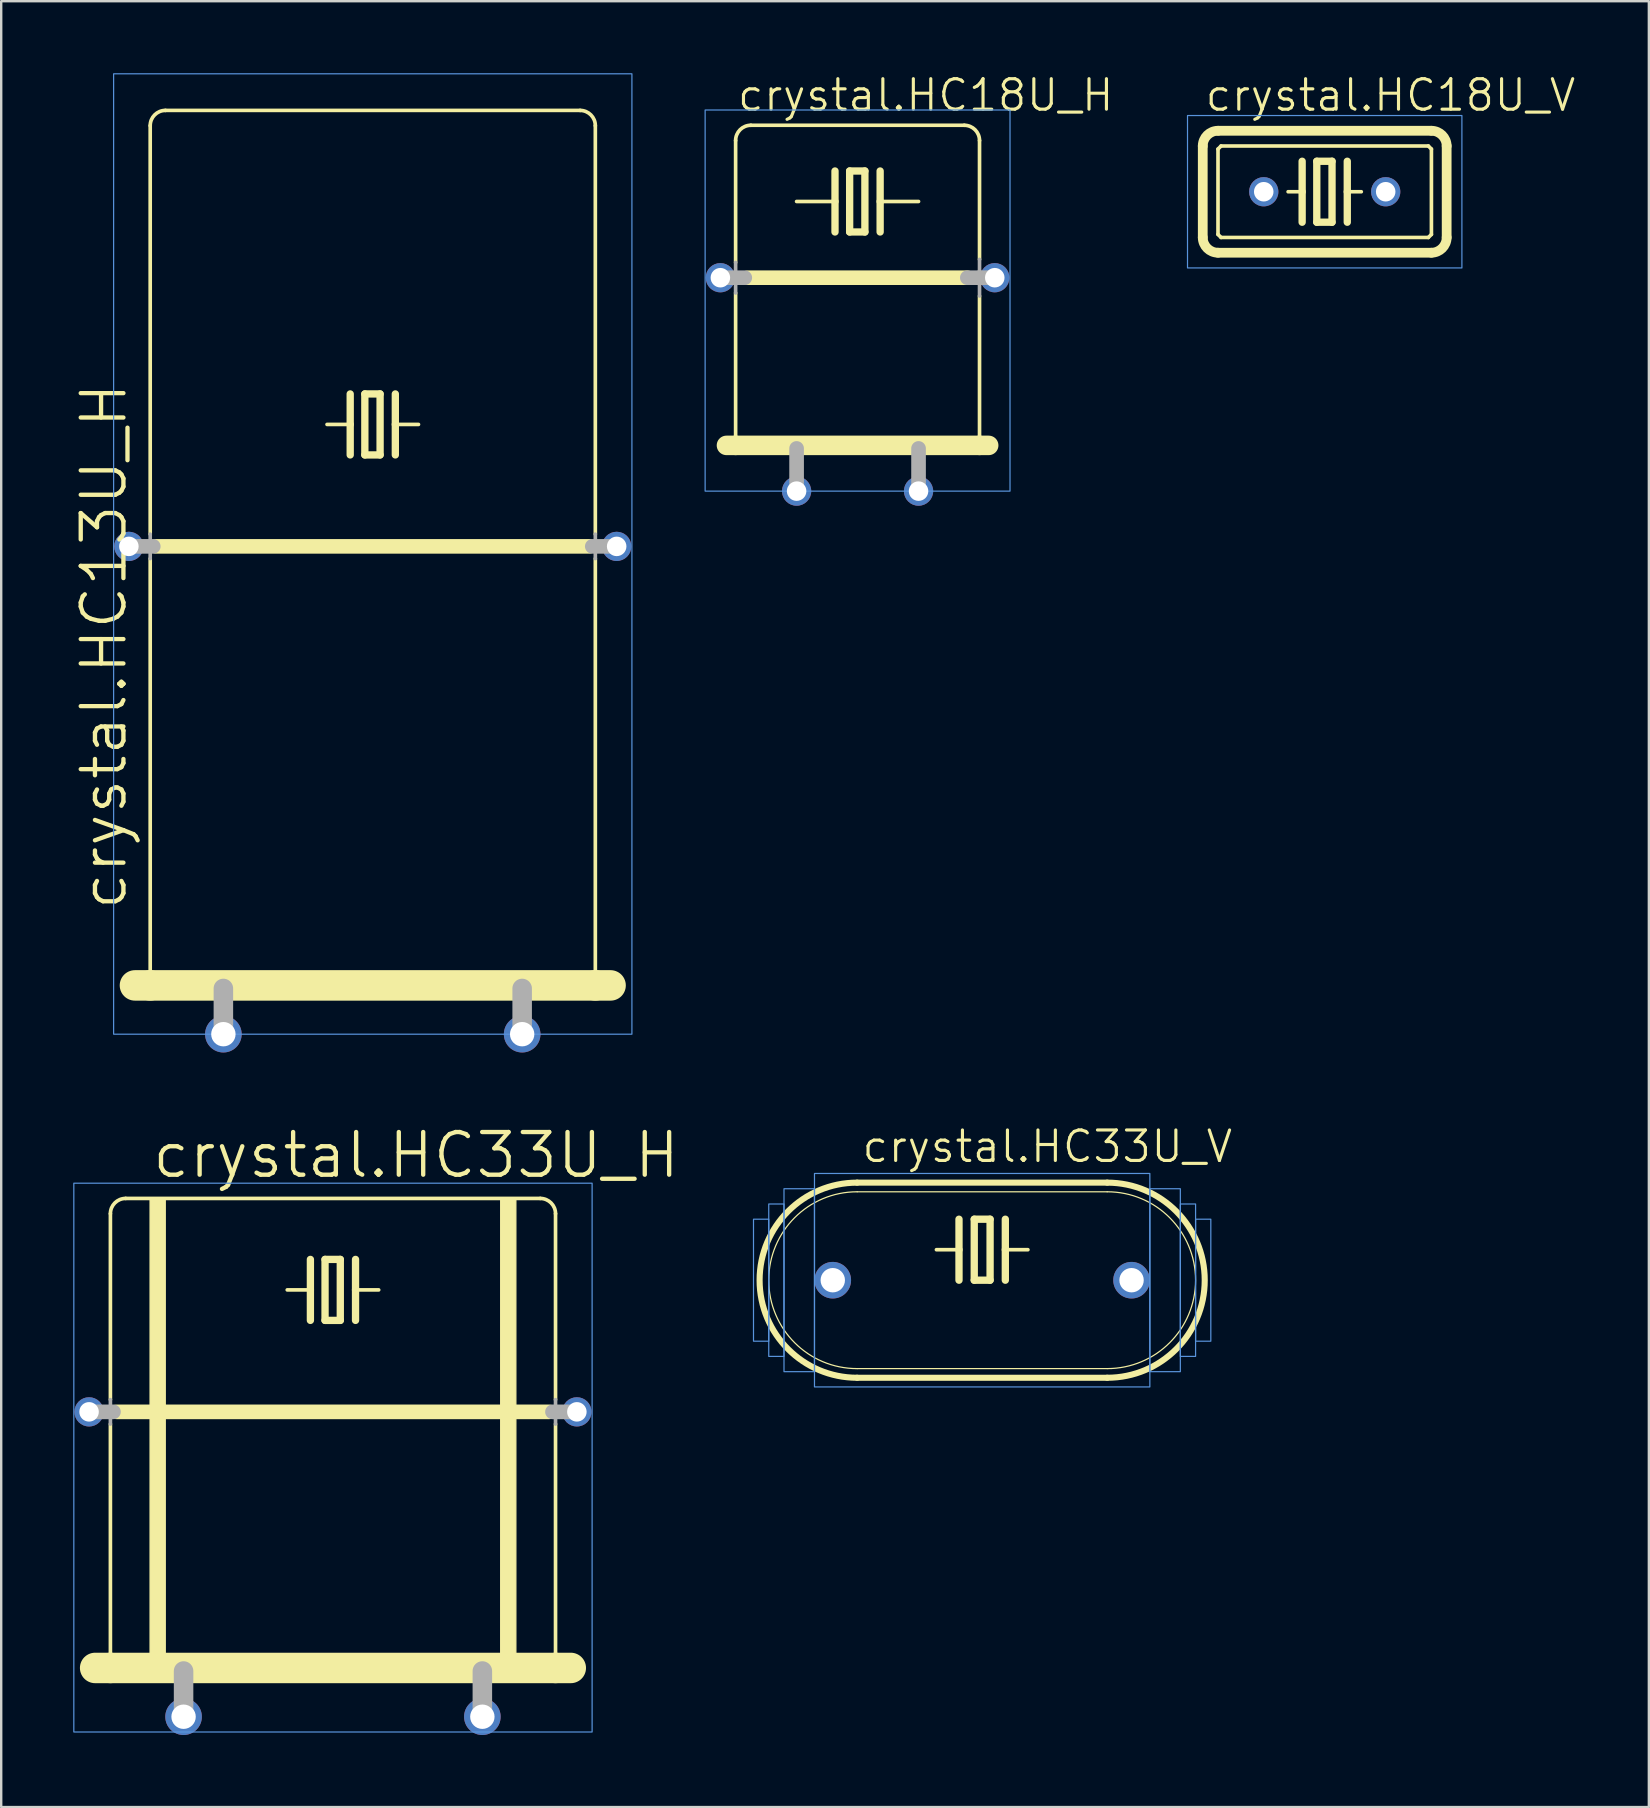
<source format=kicad_pcb>
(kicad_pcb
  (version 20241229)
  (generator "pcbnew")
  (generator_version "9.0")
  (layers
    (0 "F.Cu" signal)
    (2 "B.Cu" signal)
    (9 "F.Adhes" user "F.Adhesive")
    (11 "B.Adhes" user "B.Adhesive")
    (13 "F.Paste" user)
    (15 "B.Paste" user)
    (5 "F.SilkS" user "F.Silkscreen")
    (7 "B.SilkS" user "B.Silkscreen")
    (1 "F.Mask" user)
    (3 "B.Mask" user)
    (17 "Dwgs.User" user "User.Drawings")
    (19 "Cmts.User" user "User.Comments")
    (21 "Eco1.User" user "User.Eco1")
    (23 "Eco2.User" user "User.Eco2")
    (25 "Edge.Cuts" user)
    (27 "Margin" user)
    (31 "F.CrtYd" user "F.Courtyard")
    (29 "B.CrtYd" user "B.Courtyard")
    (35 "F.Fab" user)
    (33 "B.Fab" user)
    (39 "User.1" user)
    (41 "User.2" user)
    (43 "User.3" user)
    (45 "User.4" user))
  (footprint "crystal.HC33U_V"
    (layer "F.Cu")
    (at 37.863 50.278)
    (property "Reference" "crystal.HC33U_V" (at -5.08 -4.826 0) (layer "F.SilkS") (effects (font (size 1.27 1.27) (thickness 0.13)) (justify left bottom)))
    (attr through_hole)
    (fp_line (start -5.207 -4.064) (end 5.207 -4.064) (stroke (width 0.254) (type default)) (layer "F.SilkS"))
    (fp_line (start -5.207 -3.683) (end 5.207 -3.683) (stroke (width 0.051) (type default)) (layer "F.SilkS"))
    (fp_line (start -5.207 3.683) (end 5.207 3.683) (stroke (width 0.051) (type default)) (layer "F.SilkS"))
    (fp_line (start -5.207 4.064) (end 5.207 4.064) (stroke (width 0.254) (type default)) (layer "F.SilkS"))
    (fp_line (start -0.965 -2.54) (end -0.965 -1.27) (stroke (width 0.305) (type default)) (layer "F.SilkS"))
    (fp_line (start -0.965 -1.27) (end -1.905 -1.27) (stroke (width 0.152) (type default)) (layer "F.SilkS"))
    (fp_line (start -0.965 -1.27) (end -0.965 0) (stroke (width 0.305) (type default)) (layer "F.SilkS"))
    (fp_line (start -0.33 -2.54) (end -0.33 0) (stroke (width 0.305) (type default)) (layer "F.SilkS"))
    (fp_line (start -0.33 0) (end 0.33 0) (stroke (width 0.305) (type default)) (layer "F.SilkS"))
    (fp_line (start 0.33 -2.54) (end -0.33 -2.54) (stroke (width 0.305) (type default)) (layer "F.SilkS"))
    (fp_line (start 0.33 0) (end 0.33 -2.54) (stroke (width 0.305) (type default)) (layer "F.SilkS"))
    (fp_line (start 0.965 -2.54) (end 0.965 -1.27) (stroke (width 0.305) (type default)) (layer "F.SilkS"))
    (fp_line (start 0.965 -1.27) (end 0.965 0) (stroke (width 0.305) (type default)) (layer "F.SilkS"))
    (fp_line (start 0.965 -1.27) (end 1.905 -1.27) (stroke (width 0.152) (type default)) (layer "F.SilkS"))
    (fp_arc (start -5.207 3.683) (mid -8.89 0) (end -5.207 -3.683) (stroke (width 0.0508) (type default)) (layer "F.SilkS"))
    (fp_arc (start -5.207 4.064) (mid -9.271 0) (end -5.207 -4.064) (stroke (width 0.254) (type default)) (layer "F.SilkS"))
    (fp_arc (start 5.207 -4.064) (mid 9.271 0) (end 5.207 4.064) (stroke (width 0.254) (type default)) (layer "F.SilkS"))
    (fp_arc (start 5.207 -3.683) (mid 8.89 0) (end 5.207 3.683) (stroke (width 0.0508) (type default)) (layer "F.SilkS"))
    (fp_rect (start -9.525 2.54) (end -8.89 -2.54) (stroke (width 0.05) (type default)) (fill no) (layer "Cmts.User"))
    (fp_rect (start -8.89 3.175) (end -8.255 -3.175) (stroke (width 0.05) (type default)) (fill no) (layer "Cmts.User"))
    (fp_rect (start -8.255 3.81) (end -6.985 -3.81) (stroke (width 0.05) (type default)) (fill no) (layer "Cmts.User"))
    (fp_rect (start -6.985 4.445) (end 6.985 -4.445) (stroke (width 0.05) (type default)) (fill no) (layer "Cmts.User"))
    (fp_rect (start 6.985 3.81) (end 8.255 -3.81) (stroke (width 0.05) (type default)) (fill no) (layer "Cmts.User"))
    (fp_rect (start 8.255 3.175) (end 8.89 -3.175) (stroke (width 0.05) (type default)) (fill no) (layer "Cmts.User"))
    (fp_rect (start 8.89 2.54) (end 9.525 -2.54) (stroke (width 0.05) (type default)) (fill no) (layer "Cmts.User"))
    (pad "1" thru_hole circle (at -6.223 0) (size 1.524 1.524) (drill 1.016) (layers "*.Cu" "*.Mask"))
    (pad "2" thru_hole circle (at 6.223 0) (size 1.524 1.524) (drill 1.016) (layers "*.Cu" "*.Mask")))
  (footprint "crystal.HC18U_V"
    (layer "F.Cu")
    (at 52.132 4.937)
    (property "Reference" "crystal.HC18U_V" (at -5.055 -3.277 0) (layer "F.SilkS") (effects (font (size 1.27 1.27) (thickness 0.13)) (justify left bottom)))
    (attr through_hole)
    (fp_line (start -5.08 -1.905) (end -5.08 1.905) (stroke (width 0.406) (type default)) (layer "F.SilkS"))
    (fp_line (start -4.445 -2.54) (end 4.445 -2.54) (stroke (width 0.406) (type default)) (layer "F.SilkS"))
    (fp_line (start -4.445 -1.778) (end -4.445 1.778) (stroke (width 0.152) (type default)) (layer "F.SilkS"))
    (fp_line (start -4.445 -1.778) (end -4.318 -1.905) (stroke (width 0.152) (type default)) (layer "F.SilkS"))
    (fp_line (start -4.445 2.54) (end 4.445 2.54) (stroke (width 0.406) (type default)) (layer "F.SilkS"))
    (fp_line (start -4.318 1.905) (end -4.445 1.778) (stroke (width 0.152) (type default)) (layer "F.SilkS"))
    (fp_line (start -4.318 1.905) (end 4.318 1.905) (stroke (width 0.152) (type default)) (layer "F.SilkS"))
    (fp_line (start -0.94 -1.27) (end -0.94 0) (stroke (width 0.305) (type default)) (layer "F.SilkS"))
    (fp_line (start -0.94 0) (end -1.524 0) (stroke (width 0.152) (type default)) (layer "F.SilkS"))
    (fp_line (start -0.94 0) (end -0.94 1.27) (stroke (width 0.305) (type default)) (layer "F.SilkS"))
    (fp_line (start -0.33 -1.27) (end -0.33 1.27) (stroke (width 0.305) (type default)) (layer "F.SilkS"))
    (fp_line (start -0.33 1.27) (end 0.305 1.27) (stroke (width 0.305) (type default)) (layer "F.SilkS"))
    (fp_line (start 0.305 -1.27) (end -0.33 -1.27) (stroke (width 0.305) (type default)) (layer "F.SilkS"))
    (fp_line (start 0.305 1.27) (end 0.305 -1.27) (stroke (width 0.305) (type default)) (layer "F.SilkS"))
    (fp_line (start 0.94 -1.27) (end 0.94 0) (stroke (width 0.305) (type default)) (layer "F.SilkS"))
    (fp_line (start 0.94 0) (end 0.94 1.27) (stroke (width 0.305) (type default)) (layer "F.SilkS"))
    (fp_line (start 0.94 0) (end 1.524 0) (stroke (width 0.152) (type default)) (layer "F.SilkS"))
    (fp_line (start 4.318 -1.905) (end -4.318 -1.905) (stroke (width 0.152) (type default)) (layer "F.SilkS"))
    (fp_line (start 4.318 -1.905) (end 4.445 -1.778) (stroke (width 0.152) (type default)) (layer "F.SilkS"))
    (fp_line (start 4.318 1.905) (end 4.445 1.778) (stroke (width 0.152) (type default)) (layer "F.SilkS"))
    (fp_line (start 4.445 1.778) (end 4.445 -1.778) (stroke (width 0.152) (type default)) (layer "F.SilkS"))
    (fp_line (start 5.08 1.905) (end 5.08 -1.905) (stroke (width 0.406) (type default)) (layer "F.SilkS"))
    (fp_arc (start -5.08 -1.905) (mid -4.894013 -2.354013) (end -4.445 -2.54) (stroke (width 0.4064) (type default)) (layer "F.SilkS"))
    (fp_arc (start -4.445 2.54) (mid -4.894013 2.354013) (end -5.08 1.905) (stroke (width 0.4064) (type default)) (layer "F.SilkS"))
    (fp_arc (start 4.445 -2.54) (mid 4.894013 -2.354013) (end 5.08 -1.905) (stroke (width 0.4064) (type default)) (layer "F.SilkS"))
    (fp_arc (start 5.08 1.905) (mid 4.894013 2.354013) (end 4.445 2.54) (stroke (width 0.4064) (type default)) (layer "F.SilkS"))
    (fp_rect (start -5.715 3.175) (end 5.715 -3.175) (stroke (width 0.05) (type default)) (fill no) (layer "Cmts.User"))
    (pad "1" thru_hole circle (at -2.54 0) (size 1.219 1.219) (drill 0.813) (layers "*.Cu" "*.Mask"))
    (pad "2" thru_hole circle (at 2.54 0) (size 1.219 1.219) (drill 0.813) (layers "*.Cu" "*.Mask")))
  (footprint "crystal.HC33U_H"
    (layer "F.Cu")
    (at 10.82 63.382)
    (property "Reference" "crystal.HC33U_H" (at -7.62 -17.272 0) (layer "F.SilkS") (effects (font (size 1.778 1.778) (thickness 0.18)) (justify left bottom)))
    (attr through_hole)
    (fp_line (start -9.906 3.048) (end -9.271 3.048) (stroke (width 1.27) (type default)) (layer "F.SilkS"))
    (fp_line (start -9.271 -8.128) (end -9.271 -15.875) (stroke (width 0.152) (type default)) (layer "F.SilkS"))
    (fp_line (start -9.271 -7.112) (end -9.271 3.048) (stroke (width 0.152) (type default)) (layer "F.SilkS"))
    (fp_line (start -9.271 3.048) (end 9.271 3.048) (stroke (width 1.27) (type default)) (layer "F.SilkS"))
    (fp_line (start -9.017 -7.62) (end 9.017 -7.62) (stroke (width 0.61) (type default)) (layer "F.SilkS"))
    (fp_line (start -0.94 -13.97) (end -0.94 -12.7) (stroke (width 0.305) (type default)) (layer "F.SilkS"))
    (fp_line (start -0.94 -12.7) (end -1.905 -12.7) (stroke (width 0.152) (type default)) (layer "F.SilkS"))
    (fp_line (start -0.94 -12.7) (end -0.94 -11.43) (stroke (width 0.305) (type default)) (layer "F.SilkS"))
    (fp_line (start -0.33 -13.97) (end -0.33 -11.43) (stroke (width 0.305) (type default)) (layer "F.SilkS"))
    (fp_line (start -0.33 -11.43) (end 0.305 -11.43) (stroke (width 0.305) (type default)) (layer "F.SilkS"))
    (fp_line (start 0.305 -13.97) (end -0.33 -13.97) (stroke (width 0.305) (type default)) (layer "F.SilkS"))
    (fp_line (start 0.305 -11.43) (end 0.305 -13.97) (stroke (width 0.305) (type default)) (layer "F.SilkS"))
    (fp_line (start 0.94 -13.97) (end 0.94 -12.7) (stroke (width 0.305) (type default)) (layer "F.SilkS"))
    (fp_line (start 0.94 -12.7) (end 0.94 -11.43) (stroke (width 0.305) (type default)) (layer "F.SilkS"))
    (fp_line (start 0.94 -12.7) (end 1.905 -12.7) (stroke (width 0.152) (type default)) (layer "F.SilkS"))
    (fp_line (start 8.636 -16.51) (end -8.636 -16.51) (stroke (width 0.152) (type default)) (layer "F.SilkS"))
    (fp_line (start 9.271 -8.128) (end 9.271 -15.875) (stroke (width 0.152) (type default)) (layer "F.SilkS"))
    (fp_line (start 9.271 -7.112) (end 9.271 3.048) (stroke (width 0.152) (type default)) (layer "F.SilkS"))
    (fp_line (start 9.271 3.048) (end 9.906 3.048) (stroke (width 1.27) (type default)) (layer "F.SilkS"))
    (fp_rect (start -7.62 3.175) (end -6.985 -16.51) (stroke (width 0.05) (type default)) (fill yes) (layer "F.SilkS"))
    (fp_rect (start 6.985 3.175) (end 7.62 -16.51) (stroke (width 0.05) (type default)) (fill yes) (layer "F.SilkS"))
    (fp_arc (start -9.271 -15.875) (mid -9.085013 -16.324013) (end -8.636 -16.51) (stroke (width 0.1524) (type default)) (layer "F.SilkS"))
    (fp_arc (start 8.636 -16.51) (mid 9.085013 -16.324013) (end 9.271 -15.875) (stroke (width 0.1524) (type default)) (layer "F.SilkS"))
    (fp_rect (start -10.795 5.715) (end 10.795 -17.145) (stroke (width 0.05) (type default)) (fill no) (layer "Cmts.User"))
    (fp_line (start -10.16 -7.62) (end -9.144 -7.62) (stroke (width 0.61) (type default)) (layer "F.Fab"))
    (fp_line (start -9.271 -8.128) (end -9.271 -7.112) (stroke (width 0.152) (type default)) (layer "F.Fab"))
    (fp_line (start -6.223 3.175) (end -6.223 5.08) (stroke (width 0.813) (type default)) (layer "F.Fab"))
    (fp_line (start 6.223 3.175) (end 6.223 5.08) (stroke (width 0.813) (type default)) (layer "F.Fab"))
    (fp_line (start 9.144 -7.62) (end 10.16 -7.62) (stroke (width 0.61) (type default)) (layer "F.Fab"))
    (fp_line (start 9.271 -8.128) (end 9.271 -7.112) (stroke (width 0.152) (type default)) (layer "F.Fab"))
    (pad "1" thru_hole circle (at -6.223 5.08) (size 1.524 1.524) (drill 1.016) (layers "*.Cu" "*.Mask"))
    (pad "2" thru_hole circle (at 6.223 5.08) (size 1.524 1.524) (drill 1.016) (layers "*.Cu" "*.Mask"))
    (pad "M" thru_hole circle (at -10.16 -7.62) (size 1.219 1.219) (drill 0.813) (layers "*.Cu" "*.Mask"))
    (pad "M1" thru_hole circle (at 10.16 -7.62) (size 1.219 1.219) (drill 0.813) (layers "*.Cu" "*.Mask")))
  (footprint "crystal.HC13U_H"
    (layer "F.Cu")
    (at 12.478 34.95)
    (property "Reference" "crystal.HC13U_H" (at -10.16 0 90) (layer "F.SilkS") (effects (font (size 1.778 1.778) (thickness 0.18)) (justify left bottom)))
    (attr through_hole)
    (fp_line (start -9.906 3.048) (end -9.271 3.048) (stroke (width 1.27) (type default)) (layer "F.SilkS"))
    (fp_line (start -9.271 -15.748) (end -9.271 -32.766) (stroke (width 0.152) (type default)) (layer "F.SilkS"))
    (fp_line (start -9.271 -14.732) (end -9.271 3.048) (stroke (width 0.152) (type default)) (layer "F.SilkS"))
    (fp_line (start -9.271 3.048) (end 9.271 3.048) (stroke (width 1.27) (type default)) (layer "F.SilkS"))
    (fp_line (start -9.017 -15.24) (end 9.017 -15.24) (stroke (width 0.61) (type default)) (layer "F.SilkS"))
    (fp_line (start -0.94 -21.59) (end -0.94 -20.32) (stroke (width 0.305) (type default)) (layer "F.SilkS"))
    (fp_line (start -0.94 -20.32) (end -1.905 -20.32) (stroke (width 0.152) (type default)) (layer "F.SilkS"))
    (fp_line (start -0.94 -20.32) (end -0.94 -19.05) (stroke (width 0.305) (type default)) (layer "F.SilkS"))
    (fp_line (start -0.33 -21.59) (end -0.33 -19.05) (stroke (width 0.305) (type default)) (layer "F.SilkS"))
    (fp_line (start -0.33 -19.05) (end 0.305 -19.05) (stroke (width 0.305) (type default)) (layer "F.SilkS"))
    (fp_line (start 0.305 -21.59) (end -0.33 -21.59) (stroke (width 0.305) (type default)) (layer "F.SilkS"))
    (fp_line (start 0.305 -19.05) (end 0.305 -21.59) (stroke (width 0.305) (type default)) (layer "F.SilkS"))
    (fp_line (start 0.94 -21.59) (end 0.94 -20.32) (stroke (width 0.305) (type default)) (layer "F.SilkS"))
    (fp_line (start 0.94 -20.32) (end 0.94 -19.05) (stroke (width 0.305) (type default)) (layer "F.SilkS"))
    (fp_line (start 0.94 -20.32) (end 1.905 -20.32) (stroke (width 0.152) (type default)) (layer "F.SilkS"))
    (fp_line (start 8.636 -33.401) (end -8.636 -33.401) (stroke (width 0.152) (type default)) (layer "F.SilkS"))
    (fp_line (start 9.271 -15.748) (end 9.271 -32.766) (stroke (width 0.152) (type default)) (layer "F.SilkS"))
    (fp_line (start 9.271 -14.732) (end 9.271 3.048) (stroke (width 0.152) (type default)) (layer "F.SilkS"))
    (fp_line (start 9.271 3.048) (end 9.906 3.048) (stroke (width 1.27) (type default)) (layer "F.SilkS"))
    (fp_arc (start -9.271 -32.766) (mid -9.085013 -33.215013) (end -8.636 -33.401) (stroke (width 0.1524) (type default)) (layer "F.SilkS"))
    (fp_arc (start 8.636 -33.401) (mid 9.085013 -33.215013) (end 9.271 -32.766) (stroke (width 0.1524) (type default)) (layer "F.SilkS"))
    (fp_rect (start -10.795 5.08) (end 10.795 -34.925) (stroke (width 0.05) (type default)) (fill no) (layer "Cmts.User"))
    (fp_line (start -10.16 -15.24) (end -9.144 -15.24) (stroke (width 0.61) (type default)) (layer "F.Fab"))
    (fp_line (start -9.271 -15.748) (end -9.271 -14.732) (stroke (width 0.152) (type default)) (layer "F.Fab"))
    (fp_line (start -6.223 3.175) (end -6.223 5.08) (stroke (width 0.813) (type default)) (layer "F.Fab"))
    (fp_line (start 6.223 3.175) (end 6.223 5.08) (stroke (width 0.813) (type default)) (layer "F.Fab"))
    (fp_line (start 9.144 -15.24) (end 10.16 -15.24) (stroke (width 0.61) (type default)) (layer "F.Fab"))
    (fp_line (start 9.271 -15.748) (end 9.271 -14.732) (stroke (width 0.152) (type default)) (layer "F.Fab"))
    (pad "1" thru_hole circle (at -6.223 5.08) (size 1.524 1.524) (drill 1.016) (layers "*.Cu" "*.Mask"))
    (pad "2" thru_hole circle (at 6.223 5.08) (size 1.524 1.524) (drill 1.016) (layers "*.Cu" "*.Mask"))
    (pad "M" thru_hole circle (at -10.16 -15.24) (size 1.219 1.219) (drill 0.813) (layers "*.Cu" "*.Mask"))
    (pad "M1" thru_hole circle (at 10.16 -15.24) (size 1.219 1.219) (drill 0.813) (layers "*.Cu" "*.Mask")))
  (footprint "crystal.HC18U_H"
    (layer "F.Cu")
    (at 32.673 12.328)
    (property "Reference" "crystal.HC18U_H" (at -5.08 -10.668 0) (layer "F.SilkS") (effects (font (size 1.27 1.27) (thickness 0.13)) (justify left bottom)))
    (attr through_hole)
    (fp_line (start -5.08 -4.445) (end -5.08 -9.525) (stroke (width 0.152) (type default)) (layer "F.SilkS"))
    (fp_line (start -5.08 -3.175) (end -5.08 3.175) (stroke (width 0.152) (type default)) (layer "F.SilkS"))
    (fp_line (start -5.08 3.175) (end -5.461 3.175) (stroke (width 0.813) (type default)) (layer "F.SilkS"))
    (fp_line (start -4.572 -3.81) (end 4.572 -3.81) (stroke (width 0.61) (type default)) (layer "F.SilkS"))
    (fp_line (start -0.94 -8.255) (end -0.94 -6.985) (stroke (width 0.305) (type default)) (layer "F.SilkS"))
    (fp_line (start -0.94 -6.985) (end -2.54 -6.985) (stroke (width 0.152) (type default)) (layer "F.SilkS"))
    (fp_line (start -0.94 -6.985) (end -0.94 -5.715) (stroke (width 0.305) (type default)) (layer "F.SilkS"))
    (fp_line (start -0.33 -8.255) (end -0.33 -5.715) (stroke (width 0.305) (type default)) (layer "F.SilkS"))
    (fp_line (start -0.33 -5.715) (end 0.305 -5.715) (stroke (width 0.305) (type default)) (layer "F.SilkS"))
    (fp_line (start 0.305 -8.255) (end -0.33 -8.255) (stroke (width 0.305) (type default)) (layer "F.SilkS"))
    (fp_line (start 0.305 -5.715) (end 0.305 -8.255) (stroke (width 0.305) (type default)) (layer "F.SilkS"))
    (fp_line (start 0.94 -8.255) (end 0.94 -6.985) (stroke (width 0.305) (type default)) (layer "F.SilkS"))
    (fp_line (start 0.94 -6.985) (end 0.94 -5.715) (stroke (width 0.305) (type default)) (layer "F.SilkS"))
    (fp_line (start 0.94 -6.985) (end 2.54 -6.985) (stroke (width 0.152) (type default)) (layer "F.SilkS"))
    (fp_line (start 4.445 -10.16) (end -4.445 -10.16) (stroke (width 0.152) (type default)) (layer "F.SilkS"))
    (fp_line (start 5.08 -4.572) (end 5.08 -9.525) (stroke (width 0.152) (type default)) (layer "F.SilkS"))
    (fp_line (start 5.08 -3.048) (end 5.08 3.175) (stroke (width 0.152) (type default)) (layer "F.SilkS"))
    (fp_line (start 5.08 3.175) (end -5.08 3.175) (stroke (width 0.813) (type default)) (layer "F.SilkS"))
    (fp_line (start 5.461 3.175) (end 5.08 3.175) (stroke (width 0.813) (type default)) (layer "F.SilkS"))
    (fp_arc (start -5.08 -9.525) (mid -4.894013 -9.974013) (end -4.445 -10.16) (stroke (width 0.1524) (type default)) (layer "F.SilkS"))
    (fp_arc (start 4.445 -10.16) (mid 4.894013 -9.974013) (end 5.08 -9.525) (stroke (width 0.1524) (type default)) (layer "F.SilkS"))
    (fp_rect (start -6.35 5.08) (end 6.35 -10.795) (stroke (width 0.05) (type default)) (fill no) (layer "Cmts.User"))
    (fp_line (start -5.08 -4.445) (end -5.08 -3.175) (stroke (width 0.152) (type default)) (layer "F.Fab"))
    (fp_line (start -4.699 -3.81) (end -5.715 -3.81) (stroke (width 0.61) (type default)) (layer "F.Fab"))
    (fp_line (start -2.54 3.302) (end -2.54 5.08) (stroke (width 0.61) (type default)) (layer "F.Fab"))
    (fp_line (start 2.54 3.302) (end 2.54 5.08) (stroke (width 0.61) (type default)) (layer "F.Fab"))
    (fp_line (start 4.572 -3.81) (end 5.08 -3.81) (stroke (width 0.61) (type default)) (layer "F.Fab"))
    (fp_line (start 5.08 -3.81) (end 5.08 -4.572) (stroke (width 0.152) (type default)) (layer "F.Fab"))
    (fp_line (start 5.08 -3.81) (end 5.08 -3.048) (stroke (width 0.152) (type default)) (layer "F.Fab"))
    (fp_line (start 5.08 -3.81) (end 5.715 -3.81) (stroke (width 0.61) (type default)) (layer "F.Fab"))
    (pad "1" thru_hole circle (at -2.54 5.08) (size 1.219 1.219) (drill 0.813) (layers "*.Cu" "*.Mask"))
    (pad "2" thru_hole circle (at 2.54 5.08) (size 1.219 1.219) (drill 0.813) (layers "*.Cu" "*.Mask"))
    (pad "M" thru_hole circle (at -5.715 -3.81) (size 1.219 1.219) (drill 0.813) (layers "*.Cu" "*.Mask"))
    (pad "M1" thru_hole circle (at 5.715 -3.81) (size 1.219 1.219) (drill 0.813) (layers "*.Cu" "*.Mask")))
  (gr_rect
    (start -3 -3)
    (end 65.635 72.224)
    (stroke (width 0.1) (type default))
    (fill no)
    (layer "Edge.Cuts")))
</source>
